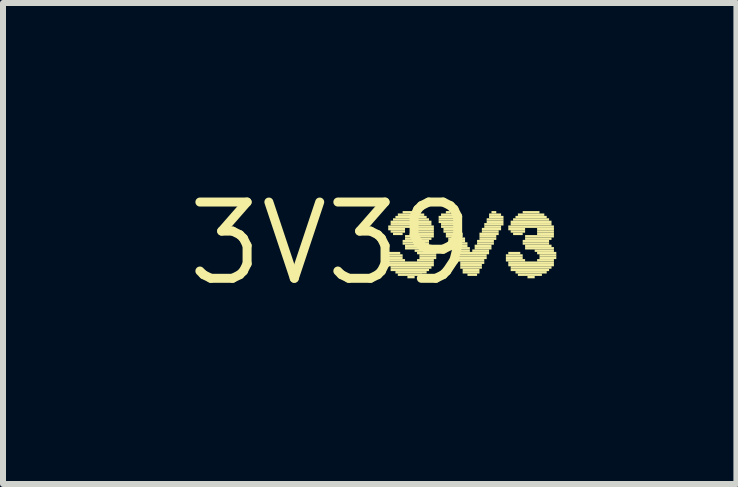
<source format=kicad_pcb>
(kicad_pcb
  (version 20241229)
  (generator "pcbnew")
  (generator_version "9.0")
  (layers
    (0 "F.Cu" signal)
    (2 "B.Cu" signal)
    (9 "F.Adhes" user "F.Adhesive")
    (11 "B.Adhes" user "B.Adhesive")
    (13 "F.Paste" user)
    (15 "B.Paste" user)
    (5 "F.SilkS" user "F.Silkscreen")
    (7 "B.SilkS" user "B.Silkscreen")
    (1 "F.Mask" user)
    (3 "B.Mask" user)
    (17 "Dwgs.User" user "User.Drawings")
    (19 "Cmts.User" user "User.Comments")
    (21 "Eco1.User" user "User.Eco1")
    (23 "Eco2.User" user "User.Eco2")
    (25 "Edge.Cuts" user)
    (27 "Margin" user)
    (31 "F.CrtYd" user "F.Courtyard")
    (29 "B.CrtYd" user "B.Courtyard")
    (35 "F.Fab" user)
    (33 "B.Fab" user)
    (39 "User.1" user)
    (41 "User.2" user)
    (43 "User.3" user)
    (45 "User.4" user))
  (footprint "3V39"
    (layer "F.Cu")
    (at 2.457 1.006)
    (property "Reference" "3V39" (at 0 0 0) (layer "F.SilkS") (effects (font (size 1.27 1.27) (thickness 0.15))))
    (fp_poly (pts (xy 0.92 0.22) (xy 1.2 0.22) (xy 1.2 0.18) (xy 0.92 0.18)) (stroke (width 0) (type solid)) (fill yes) (layer "F.SilkS"))
    (fp_poly (pts (xy 0.92 0.26) (xy 1.2 0.26) (xy 1.2 0.22) (xy 0.92 0.22)) (stroke (width 0) (type solid)) (fill yes) (layer "F.SilkS"))
    (fp_poly (pts (xy 0.92 0.3) (xy 1.24 0.3) (xy 1.24 0.26) (xy 0.92 0.26)) (stroke (width 0) (type solid)) (fill yes) (layer "F.SilkS"))
    (fp_poly (pts (xy 0.96 -0.26) (xy 1.72 -0.26) (xy 1.72 -0.3) (xy 0.96 -0.3)) (stroke (width 0) (type solid)) (fill yes) (layer "F.SilkS"))
    (fp_poly (pts (xy 0.96 -0.22) (xy 1.24 -0.22) (xy 1.24 -0.26) (xy 0.96 -0.26)) (stroke (width 0) (type solid)) (fill yes) (layer "F.SilkS"))
    (fp_poly (pts (xy 0.96 0.18) (xy 1.16 0.18) (xy 1.16 0.14) (xy 0.96 0.14)) (stroke (width 0) (type solid)) (fill yes) (layer "F.SilkS"))
    (fp_poly (pts (xy 0.96 0.34) (xy 1.72 0.34) (xy 1.72 0.3) (xy 0.96 0.3)) (stroke (width 0) (type solid)) (fill yes) (layer "F.SilkS"))
    (fp_poly (pts (xy 0.96 0.38) (xy 1.72 0.38) (xy 1.72 0.34) (xy 0.96 0.34)) (stroke (width 0) (type solid)) (fill yes) (layer "F.SilkS"))
    (fp_poly (pts (xy 1 -0.34) (xy 1.68 -0.34) (xy 1.68 -0.38) (xy 1 -0.38)) (stroke (width 0) (type solid)) (fill yes) (layer "F.SilkS"))
    (fp_poly (pts (xy 1 -0.3) (xy 1.68 -0.3) (xy 1.68 -0.34) (xy 1 -0.34)) (stroke (width 0) (type solid)) (fill yes) (layer "F.SilkS"))
    (fp_poly (pts (xy 1 -0.18) (xy 1.24 -0.18) (xy 1.24 -0.22) (xy 1 -0.22)) (stroke (width 0) (type solid)) (fill yes) (layer "F.SilkS"))
    (fp_poly (pts (xy 1 0.42) (xy 1.68 0.42) (xy 1.68 0.38) (xy 1 0.38)) (stroke (width 0) (type solid)) (fill yes) (layer "F.SilkS"))
    (fp_poly (pts (xy 1 0.46) (xy 1.64 0.46) (xy 1.64 0.42) (xy 1 0.42)) (stroke (width 0) (type solid)) (fill yes) (layer "F.SilkS"))
    (fp_poly (pts (xy 1.04 -0.38) (xy 1.64 -0.38) (xy 1.64 -0.42) (xy 1.04 -0.42)) (stroke (width 0) (type solid)) (fill yes) (layer "F.SilkS"))
    (fp_poly (pts (xy 1.04 -0.14) (xy 1.2 -0.14) (xy 1.2 -0.18) (xy 1.04 -0.18)) (stroke (width 0) (type solid)) (fill yes) (layer "F.SilkS"))
    (fp_poly (pts (xy 1.08 -0.42) (xy 1.6 -0.42) (xy 1.6 -0.46) (xy 1.08 -0.46)) (stroke (width 0) (type solid)) (fill yes) (layer "F.SilkS"))
    (fp_poly (pts (xy 1.08 0.5) (xy 1.6 0.5) (xy 1.6 0.46) (xy 1.08 0.46)) (stroke (width 0) (type solid)) (fill yes) (layer "F.SilkS"))
    (fp_poly (pts (xy 1.12 -0.46) (xy 1.56 -0.46) (xy 1.56 -0.5) (xy 1.12 -0.5)) (stroke (width 0) (type solid)) (fill yes) (layer "F.SilkS"))
    (fp_poly (pts (xy 1.12 0.54) (xy 1.52 0.54) (xy 1.52 0.5) (xy 1.12 0.5)) (stroke (width 0) (type solid)) (fill yes) (layer "F.SilkS"))
    (fp_poly (pts (xy 1.2 -0.5) (xy 1.48 -0.5) (xy 1.48 -0.54) (xy 1.2 -0.54)) (stroke (width 0) (type solid)) (fill yes) (layer "F.SilkS"))
    (fp_poly (pts (xy 1.2 -0.02) (xy 1.64 -0.02) (xy 1.64 -0.06) (xy 1.2 -0.06)) (stroke (width 0) (type solid)) (fill yes) (layer "F.SilkS"))
    (fp_poly (pts (xy 1.2 0.02) (xy 1.64 0.02) (xy 1.64 -0.02) (xy 1.2 -0.02)) (stroke (width 0) (type solid)) (fill yes) (layer "F.SilkS"))
    (fp_poly (pts (xy 1.24 -0.1) (xy 1.72 -0.1) (xy 1.72 -0.14) (xy 1.24 -0.14)) (stroke (width 0) (type solid)) (fill yes) (layer "F.SilkS"))
    (fp_poly (pts (xy 1.24 -0.06) (xy 1.68 -0.06) (xy 1.68 -0.1) (xy 1.24 -0.1)) (stroke (width 0) (type solid)) (fill yes) (layer "F.SilkS"))
    (fp_poly (pts (xy 1.24 0.06) (xy 1.68 0.06) (xy 1.68 0.02) (xy 1.24 0.02)) (stroke (width 0) (type solid)) (fill yes) (layer "F.SilkS"))
    (fp_poly (pts (xy 1.24 0.1) (xy 1.72 0.1) (xy 1.72 0.06) (xy 1.24 0.06)) (stroke (width 0) (type solid)) (fill yes) (layer "F.SilkS"))
    (fp_poly (pts (xy 1.28 0.58) (xy 1.4 0.58) (xy 1.4 0.54) (xy 1.28 0.54)) (stroke (width 0) (type solid)) (fill yes) (layer "F.SilkS"))
    (fp_poly (pts (xy 1.4 0.14) (xy 1.72 0.14) (xy 1.72 0.1) (xy 1.4 0.1)) (stroke (width 0) (type solid)) (fill yes) (layer "F.SilkS"))
    (fp_poly (pts (xy 1.44 -0.22) (xy 1.72 -0.22) (xy 1.72 -0.26) (xy 1.44 -0.26)) (stroke (width 0) (type solid)) (fill yes) (layer "F.SilkS"))
    (fp_poly (pts (xy 1.44 -0.18) (xy 1.72 -0.18) (xy 1.72 -0.22) (xy 1.44 -0.22)) (stroke (width 0) (type solid)) (fill yes) (layer "F.SilkS"))
    (fp_poly (pts (xy 1.44 -0.14) (xy 1.72 -0.14) (xy 1.72 -0.18) (xy 1.44 -0.18)) (stroke (width 0) (type solid)) (fill yes) (layer "F.SilkS"))
    (fp_poly (pts (xy 1.44 0.18) (xy 1.76 0.18) (xy 1.76 0.14) (xy 1.44 0.14)) (stroke (width 0) (type solid)) (fill yes) (layer "F.SilkS"))
    (fp_poly (pts (xy 1.44 0.3) (xy 1.72 0.3) (xy 1.72 0.26) (xy 1.44 0.26)) (stroke (width 0) (type solid)) (fill yes) (layer "F.SilkS"))
    (fp_poly (pts (xy 1.48 0.22) (xy 1.76 0.22) (xy 1.76 0.18) (xy 1.48 0.18)) (stroke (width 0) (type solid)) (fill yes) (layer "F.SilkS"))
    (fp_poly (pts (xy 1.48 0.26) (xy 1.76 0.26) (xy 1.76 0.22) (xy 1.48 0.22)) (stroke (width 0) (type solid)) (fill yes) (layer "F.SilkS"))
    (fp_poly (pts (xy 1.8 -0.42) (xy 2.08 -0.42) (xy 2.08 -0.46) (xy 1.8 -0.46)) (stroke (width 0) (type solid)) (fill yes) (layer "F.SilkS"))
    (fp_poly (pts (xy 1.8 -0.38) (xy 2.08 -0.38) (xy 2.08 -0.42) (xy 1.8 -0.42)) (stroke (width 0) (type solid)) (fill yes) (layer "F.SilkS"))
    (fp_poly (pts (xy 1.8 -0.34) (xy 2.08 -0.34) (xy 2.08 -0.38) (xy 1.8 -0.38)) (stroke (width 0) (type solid)) (fill yes) (layer "F.SilkS"))
    (fp_poly (pts (xy 1.84 -0.46) (xy 2.04 -0.46) (xy 2.04 -0.5) (xy 1.84 -0.5)) (stroke (width 0) (type solid)) (fill yes) (layer "F.SilkS"))
    (fp_poly (pts (xy 1.84 -0.3) (xy 2.12 -0.3) (xy 2.12 -0.34) (xy 1.84 -0.34)) (stroke (width 0) (type solid)) (fill yes) (layer "F.SilkS"))
    (fp_poly (pts (xy 1.84 -0.26) (xy 2.12 -0.26) (xy 2.12 -0.3) (xy 1.84 -0.3)) (stroke (width 0) (type solid)) (fill yes) (layer "F.SilkS"))
    (fp_poly (pts (xy 1.88 -0.22) (xy 2.16 -0.22) (xy 2.16 -0.26) (xy 1.88 -0.26)) (stroke (width 0) (type solid)) (fill yes) (layer "F.SilkS"))
    (fp_poly (pts (xy 1.88 -0.18) (xy 2.16 -0.18) (xy 2.16 -0.22) (xy 1.88 -0.22)) (stroke (width 0) (type solid)) (fill yes) (layer "F.SilkS"))
    (fp_poly (pts (xy 1.92 -0.5) (xy 2 -0.5) (xy 2 -0.54) (xy 1.92 -0.54)) (stroke (width 0) (type solid)) (fill yes) (layer "F.SilkS"))
    (fp_poly (pts (xy 1.92 -0.14) (xy 2.2 -0.14) (xy 2.2 -0.18) (xy 1.92 -0.18)) (stroke (width 0) (type solid)) (fill yes) (layer "F.SilkS"))
    (fp_poly (pts (xy 1.92 -0.1) (xy 2.2 -0.1) (xy 2.2 -0.14) (xy 1.92 -0.14)) (stroke (width 0) (type solid)) (fill yes) (layer "F.SilkS"))
    (fp_poly (pts (xy 1.96 -0.06) (xy 2.24 -0.06) (xy 2.24 -0.1) (xy 1.96 -0.1)) (stroke (width 0) (type solid)) (fill yes) (layer "F.SilkS"))
    (fp_poly (pts (xy 1.96 -0.02) (xy 2.24 -0.02) (xy 2.24 -0.06) (xy 1.96 -0.06)) (stroke (width 0) (type solid)) (fill yes) (layer "F.SilkS"))
    (fp_poly (pts (xy 2 0.02) (xy 2.28 0.02) (xy 2.28 -0.02) (xy 2 -0.02)) (stroke (width 0) (type solid)) (fill yes) (layer "F.SilkS"))
    (fp_poly (pts (xy 2 0.06) (xy 2.28 0.06) (xy 2.28 0.02) (xy 2 0.02)) (stroke (width 0) (type solid)) (fill yes) (layer "F.SilkS"))
    (fp_poly (pts (xy 2.04 0.1) (xy 2.32 0.1) (xy 2.32 0.06) (xy 2.04 0.06)) (stroke (width 0) (type solid)) (fill yes) (layer "F.SilkS"))
    (fp_poly (pts (xy 2.04 0.14) (xy 2.32 0.14) (xy 2.32 0.1) (xy 2.04 0.1)) (stroke (width 0) (type solid)) (fill yes) (layer "F.SilkS"))
    (fp_poly (pts (xy 2.08 0.18) (xy 2.64 0.18) (xy 2.64 0.14) (xy 2.08 0.14)) (stroke (width 0) (type solid)) (fill yes) (layer "F.SilkS"))
    (fp_poly (pts (xy 2.08 0.22) (xy 2.6 0.22) (xy 2.6 0.18) (xy 2.08 0.18)) (stroke (width 0) (type solid)) (fill yes) (layer "F.SilkS"))
    (fp_poly (pts (xy 2.12 0.26) (xy 2.6 0.26) (xy 2.6 0.22) (xy 2.12 0.22)) (stroke (width 0) (type solid)) (fill yes) (layer "F.SilkS"))
    (fp_poly (pts (xy 2.12 0.3) (xy 2.56 0.3) (xy 2.56 0.26) (xy 2.12 0.26)) (stroke (width 0) (type solid)) (fill yes) (layer "F.SilkS"))
    (fp_poly (pts (xy 2.16 0.34) (xy 2.56 0.34) (xy 2.56 0.3) (xy 2.16 0.3)) (stroke (width 0) (type solid)) (fill yes) (layer "F.SilkS"))
    (fp_poly (pts (xy 2.16 0.38) (xy 2.52 0.38) (xy 2.52 0.34) (xy 2.16 0.34)) (stroke (width 0) (type solid)) (fill yes) (layer "F.SilkS"))
    (fp_poly (pts (xy 2.16 0.42) (xy 2.52 0.42) (xy 2.52 0.38) (xy 2.16 0.38)) (stroke (width 0) (type solid)) (fill yes) (layer "F.SilkS"))
    (fp_poly (pts (xy 2.2 0.46) (xy 2.48 0.46) (xy 2.48 0.42) (xy 2.2 0.42)) (stroke (width 0) (type solid)) (fill yes) (layer "F.SilkS"))
    (fp_poly (pts (xy 2.2 0.5) (xy 2.48 0.5) (xy 2.48 0.46) (xy 2.2 0.46)) (stroke (width 0) (type solid)) (fill yes) (layer "F.SilkS"))
    (fp_poly (pts (xy 2.28 0.54) (xy 2.44 0.54) (xy 2.44 0.5) (xy 2.28 0.5)) (stroke (width 0) (type solid)) (fill yes) (layer "F.SilkS"))
    (fp_poly (pts (xy 2.36 0.14) (xy 2.64 0.14) (xy 2.64 0.1) (xy 2.36 0.1)) (stroke (width 0) (type solid)) (fill yes) (layer "F.SilkS"))
    (fp_poly (pts (xy 2.4 0.06) (xy 2.68 0.06) (xy 2.68 0.02) (xy 2.4 0.02)) (stroke (width 0) (type solid)) (fill yes) (layer "F.SilkS"))
    (fp_poly (pts (xy 2.4 0.1) (xy 2.68 0.1) (xy 2.68 0.06) (xy 2.4 0.06)) (stroke (width 0) (type solid)) (fill yes) (layer "F.SilkS"))
    (fp_poly (pts (xy 2.44 -0.02) (xy 2.72 -0.02) (xy 2.72 -0.06) (xy 2.44 -0.06)) (stroke (width 0) (type solid)) (fill yes) (layer "F.SilkS"))
    (fp_poly (pts (xy 2.44 0.02) (xy 2.72 0.02) (xy 2.72 -0.02) (xy 2.44 -0.02)) (stroke (width 0) (type solid)) (fill yes) (layer "F.SilkS"))
    (fp_poly (pts (xy 2.48 -0.14) (xy 2.8 -0.14) (xy 2.8 -0.18) (xy 2.48 -0.18)) (stroke (width 0) (type solid)) (fill yes) (layer "F.SilkS"))
    (fp_poly (pts (xy 2.48 -0.1) (xy 2.76 -0.1) (xy 2.76 -0.14) (xy 2.48 -0.14)) (stroke (width 0) (type solid)) (fill yes) (layer "F.SilkS"))
    (fp_poly (pts (xy 2.48 -0.06) (xy 2.76 -0.06) (xy 2.76 -0.1) (xy 2.48 -0.1)) (stroke (width 0) (type solid)) (fill yes) (layer "F.SilkS"))
    (fp_poly (pts (xy 2.52 -0.22) (xy 2.84 -0.22) (xy 2.84 -0.26) (xy 2.52 -0.26)) (stroke (width 0) (type solid)) (fill yes) (layer "F.SilkS"))
    (fp_poly (pts (xy 2.52 -0.18) (xy 2.8 -0.18) (xy 2.8 -0.22) (xy 2.52 -0.22)) (stroke (width 0) (type solid)) (fill yes) (layer "F.SilkS"))
    (fp_poly (pts (xy 2.56 -0.3) (xy 2.88 -0.3) (xy 2.88 -0.34) (xy 2.56 -0.34)) (stroke (width 0) (type solid)) (fill yes) (layer "F.SilkS"))
    (fp_poly (pts (xy 2.56 -0.26) (xy 2.84 -0.26) (xy 2.84 -0.3) (xy 2.56 -0.3)) (stroke (width 0) (type solid)) (fill yes) (layer "F.SilkS"))
    (fp_poly (pts (xy 2.6 -0.38) (xy 2.88 -0.38) (xy 2.88 -0.42) (xy 2.6 -0.42)) (stroke (width 0) (type solid)) (fill yes) (layer "F.SilkS"))
    (fp_poly (pts (xy 2.6 -0.34) (xy 2.88 -0.34) (xy 2.88 -0.38) (xy 2.6 -0.38)) (stroke (width 0) (type solid)) (fill yes) (layer "F.SilkS"))
    (fp_poly (pts (xy 2.64 -0.46) (xy 2.84 -0.46) (xy 2.84 -0.5) (xy 2.64 -0.5)) (stroke (width 0) (type solid)) (fill yes) (layer "F.SilkS"))
    (fp_poly (pts (xy 2.64 -0.42) (xy 2.88 -0.42) (xy 2.88 -0.46) (xy 2.64 -0.46)) (stroke (width 0) (type solid)) (fill yes) (layer "F.SilkS"))
    (fp_poly (pts (xy 2.68 -0.5) (xy 2.76 -0.5) (xy 2.76 -0.54) (xy 2.68 -0.54)) (stroke (width 0) (type solid)) (fill yes) (layer "F.SilkS"))
    (fp_poly (pts (xy 2.92 0.22) (xy 3.2 0.22) (xy 3.2 0.18) (xy 2.92 0.18)) (stroke (width 0) (type solid)) (fill yes) (layer "F.SilkS"))
    (fp_poly (pts (xy 2.92 0.26) (xy 3.2 0.26) (xy 3.2 0.22) (xy 2.92 0.22)) (stroke (width 0) (type solid)) (fill yes) (layer "F.SilkS"))
    (fp_poly (pts (xy 2.92 0.3) (xy 3.24 0.3) (xy 3.24 0.26) (xy 2.92 0.26)) (stroke (width 0) (type solid)) (fill yes) (layer "F.SilkS"))
    (fp_poly (pts (xy 2.96 -0.26) (xy 3.72 -0.26) (xy 3.72 -0.3) (xy 2.96 -0.3)) (stroke (width 0) (type solid)) (fill yes) (layer "F.SilkS"))
    (fp_poly (pts (xy 2.96 -0.22) (xy 3.24 -0.22) (xy 3.24 -0.26) (xy 2.96 -0.26)) (stroke (width 0) (type solid)) (fill yes) (layer "F.SilkS"))
    (fp_poly (pts (xy 2.96 0.18) (xy 3.16 0.18) (xy 3.16 0.14) (xy 2.96 0.14)) (stroke (width 0) (type solid)) (fill yes) (layer "F.SilkS"))
    (fp_poly (pts (xy 2.96 0.34) (xy 3.72 0.34) (xy 3.72 0.3) (xy 2.96 0.3)) (stroke (width 0) (type solid)) (fill yes) (layer "F.SilkS"))
    (fp_poly (pts (xy 2.96 0.38) (xy 3.72 0.38) (xy 3.72 0.34) (xy 2.96 0.34)) (stroke (width 0) (type solid)) (fill yes) (layer "F.SilkS"))
    (fp_poly (pts (xy 3 -0.34) (xy 3.68 -0.34) (xy 3.68 -0.38) (xy 3 -0.38)) (stroke (width 0) (type solid)) (fill yes) (layer "F.SilkS"))
    (fp_poly (pts (xy 3 -0.3) (xy 3.68 -0.3) (xy 3.68 -0.34) (xy 3 -0.34)) (stroke (width 0) (type solid)) (fill yes) (layer "F.SilkS"))
    (fp_poly (pts (xy 3 -0.18) (xy 3.24 -0.18) (xy 3.24 -0.22) (xy 3 -0.22)) (stroke (width 0) (type solid)) (fill yes) (layer "F.SilkS"))
    (fp_poly (pts (xy 3 0.42) (xy 3.68 0.42) (xy 3.68 0.38) (xy 3 0.38)) (stroke (width 0) (type solid)) (fill yes) (layer "F.SilkS"))
    (fp_poly (pts (xy 3 0.46) (xy 3.64 0.46) (xy 3.64 0.42) (xy 3 0.42)) (stroke (width 0) (type solid)) (fill yes) (layer "F.SilkS"))
    (fp_poly (pts (xy 3.04 -0.38) (xy 3.64 -0.38) (xy 3.64 -0.42) (xy 3.04 -0.42)) (stroke (width 0) (type solid)) (fill yes) (layer "F.SilkS"))
    (fp_poly (pts (xy 3.04 -0.14) (xy 3.2 -0.14) (xy 3.2 -0.18) (xy 3.04 -0.18)) (stroke (width 0) (type solid)) (fill yes) (layer "F.SilkS"))
    (fp_poly (pts (xy 3.08 -0.42) (xy 3.6 -0.42) (xy 3.6 -0.46) (xy 3.08 -0.46)) (stroke (width 0) (type solid)) (fill yes) (layer "F.SilkS"))
    (fp_poly (pts (xy 3.08 0.5) (xy 3.6 0.5) (xy 3.6 0.46) (xy 3.08 0.46)) (stroke (width 0) (type solid)) (fill yes) (layer "F.SilkS"))
    (fp_poly (pts (xy 3.12 -0.46) (xy 3.56 -0.46) (xy 3.56 -0.5) (xy 3.12 -0.5)) (stroke (width 0) (type solid)) (fill yes) (layer "F.SilkS"))
    (fp_poly (pts (xy 3.12 0.54) (xy 3.52 0.54) (xy 3.52 0.5) (xy 3.12 0.5)) (stroke (width 0) (type solid)) (fill yes) (layer "F.SilkS"))
    (fp_poly (pts (xy 3.2 -0.5) (xy 3.48 -0.5) (xy 3.48 -0.54) (xy 3.2 -0.54)) (stroke (width 0) (type solid)) (fill yes) (layer "F.SilkS"))
    (fp_poly (pts (xy 3.2 -0.02) (xy 3.64 -0.02) (xy 3.64 -0.06) (xy 3.2 -0.06)) (stroke (width 0) (type solid)) (fill yes) (layer "F.SilkS"))
    (fp_poly (pts (xy 3.2 0.02) (xy 3.64 0.02) (xy 3.64 -0.02) (xy 3.2 -0.02)) (stroke (width 0) (type solid)) (fill yes) (layer "F.SilkS"))
    (fp_poly (pts (xy 3.24 -0.1) (xy 3.72 -0.1) (xy 3.72 -0.14) (xy 3.24 -0.14)) (stroke (width 0) (type solid)) (fill yes) (layer "F.SilkS"))
    (fp_poly (pts (xy 3.24 -0.06) (xy 3.68 -0.06) (xy 3.68 -0.1) (xy 3.24 -0.1)) (stroke (width 0) (type solid)) (fill yes) (layer "F.SilkS"))
    (fp_poly (pts (xy 3.24 0.06) (xy 3.68 0.06) (xy 3.68 0.02) (xy 3.24 0.02)) (stroke (width 0) (type solid)) (fill yes) (layer "F.SilkS"))
    (fp_poly (pts (xy 3.24 0.1) (xy 3.72 0.1) (xy 3.72 0.06) (xy 3.24 0.06)) (stroke (width 0) (type solid)) (fill yes) (layer "F.SilkS"))
    (fp_poly (pts (xy 3.28 0.58) (xy 3.4 0.58) (xy 3.4 0.54) (xy 3.28 0.54)) (stroke (width 0) (type solid)) (fill yes) (layer "F.SilkS"))
    (fp_poly (pts (xy 3.4 0.14) (xy 3.72 0.14) (xy 3.72 0.1) (xy 3.4 0.1)) (stroke (width 0) (type solid)) (fill yes) (layer "F.SilkS"))
    (fp_poly (pts (xy 3.44 -0.22) (xy 3.72 -0.22) (xy 3.72 -0.26) (xy 3.44 -0.26)) (stroke (width 0) (type solid)) (fill yes) (layer "F.SilkS"))
    (fp_poly (pts (xy 3.44 -0.18) (xy 3.72 -0.18) (xy 3.72 -0.22) (xy 3.44 -0.22)) (stroke (width 0) (type solid)) (fill yes) (layer "F.SilkS"))
    (fp_poly (pts (xy 3.44 -0.14) (xy 3.72 -0.14) (xy 3.72 -0.18) (xy 3.44 -0.18)) (stroke (width 0) (type solid)) (fill yes) (layer "F.SilkS"))
    (fp_poly (pts (xy 3.44 0.18) (xy 3.76 0.18) (xy 3.76 0.14) (xy 3.44 0.14)) (stroke (width 0) (type solid)) (fill yes) (layer "F.SilkS"))
    (fp_poly (pts (xy 3.44 0.3) (xy 3.72 0.3) (xy 3.72 0.26) (xy 3.44 0.26)) (stroke (width 0) (type solid)) (fill yes) (layer "F.SilkS"))
    (fp_poly (pts (xy 3.48 0.22) (xy 3.76 0.22) (xy 3.76 0.18) (xy 3.48 0.18)) (stroke (width 0) (type solid)) (fill yes) (layer "F.SilkS"))
    (fp_poly (pts (xy 3.48 0.26) (xy 3.76 0.26) (xy 3.76 0.22) (xy 3.48 0.22)) (stroke (width 0) (type solid)) (fill yes) (layer "F.SilkS")))
  (gr_rect
    (start -3 -3)
    (end 9.217 5.012)
    (stroke (width 0.1) (type default))
    (fill no)
    (layer "Edge.Cuts")))
</source>
